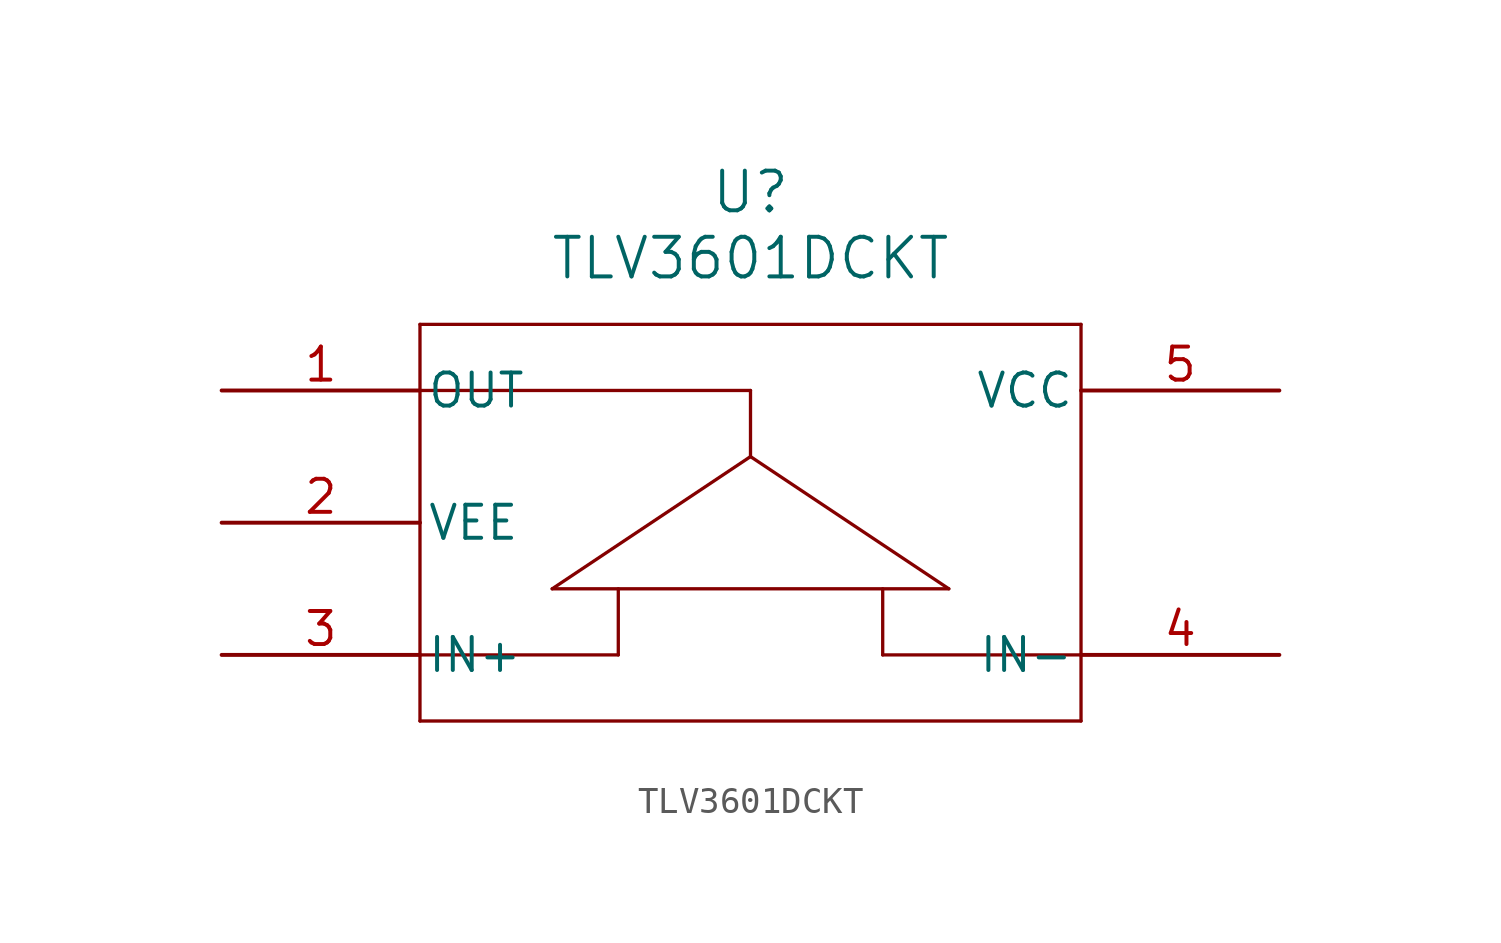
<source format=kicad_sym>
(kicad_symbol_lib
  (version 20211014)
  (generator kicad_symbol_editor)
  (symbol "TLV3601DCKT"
    (pin_names
      (offset 0.254))
    (property "Reference" "U"
      (at 20.32 7.62 0)
      (effects (font (size 1.524 1.524))))
    (property "Value" "TLV3601DCKT"
      (at 20.32 5.08 0)
      (effects (font (size 1.524 1.524))))
    (symbol "TLV3601DCKT_0_1"
      (polyline (pts (xy 7.62 2.54) (xy 7.62 -12.7)) (stroke (width 0.127) (type default) (color 0 0 0 0)) (fill (type none)))
      (polyline (pts (xy 7.62 -12.7) (xy 33.02 -12.7)) (stroke (width 0.127) (type default) (color 0 0 0 0)) (fill (type none)))
      (polyline (pts (xy 33.02 -12.7) (xy 33.02 2.54)) (stroke (width 0.127) (type default) (color 0 0 0 0)) (fill (type none)))
      (polyline (pts (xy 33.02 2.54) (xy 7.62 2.54)) (stroke (width 0.127) (type default) (color 0 0 0 0)) (fill (type none)))
      (polyline (pts (xy 7.62 0) (xy 20.32 0)) (stroke (width 0.127) (type default) (color 0 0 0 0)) (fill (type none)))
      (polyline (pts (xy 20.32 0) (xy 20.32 -2.54)) (stroke (width 0.127) (type default) (color 0 0 0 0)) (fill (type none)))
      (polyline (pts (xy 20.32 -2.54) (xy 12.7 -7.62)) (stroke (width 0.127) (type default) (color 0 0 0 0)) (fill (type none)))
      (polyline (pts (xy 12.7 -7.62) (xy 27.94 -7.62)) (stroke (width 0.127) (type default) (color 0 0 0 0)) (fill (type none)))
      (polyline (pts (xy 27.94 -7.62) (xy 20.32 -2.54)) (stroke (width 0.127) (type default) (color 0 0 0 0)) (fill (type none)))
      (polyline (pts (xy 7.62 -10.16) (xy 15.24 -10.16)) (stroke (width 0.127) (type default) (color 0 0 0 0)) (fill (type none)))
      (polyline (pts (xy 15.24 -10.16) (xy 15.24 -7.62)) (stroke (width 0.127) (type default) (color 0 0 0 0)) (fill (type none)))
      (polyline (pts (xy 25.4 -7.62) (xy 25.4 -10.16)) (stroke (width 0.127) (type default) (color 0 0 0 0)) (fill (type none)))
      (polyline (pts (xy 25.4 -10.16) (xy 33.02 -10.16)) (stroke (width 0.127) (type default) (color 0 0 0 0)) (fill (type none)))
      (pin output line (at 0 0 0) (length 7.62) (name "OUT" (effects (font (size 1.27 1.27)))) (number "1" (effects (font (size 1.27 1.27)))))
      (pin power_in line (at 0 -5.08 0) (length 7.62) (name "VEE" (effects (font (size 1.27 1.27)))) (number "2" (effects (font (size 1.27 1.27)))))
      (pin input line (at 0 -10.16 0) (length 7.62) (name "IN+" (effects (font (size 1.27 1.27)))) (number "3" (effects (font (size 1.27 1.27)))))
      (pin input line (at 40.64 -10.16 180) (length 7.62) (name "IN-" (effects (font (size 1.27 1.27)))) (number "4" (effects (font (size 1.27 1.27)))))
      (pin power_in line (at 40.64 0 180) (length 7.62) (name "VCC" (effects (font (size 1.27 1.27)))) (number "5" (effects (font (size 1.27 1.27))))))))
</source>
